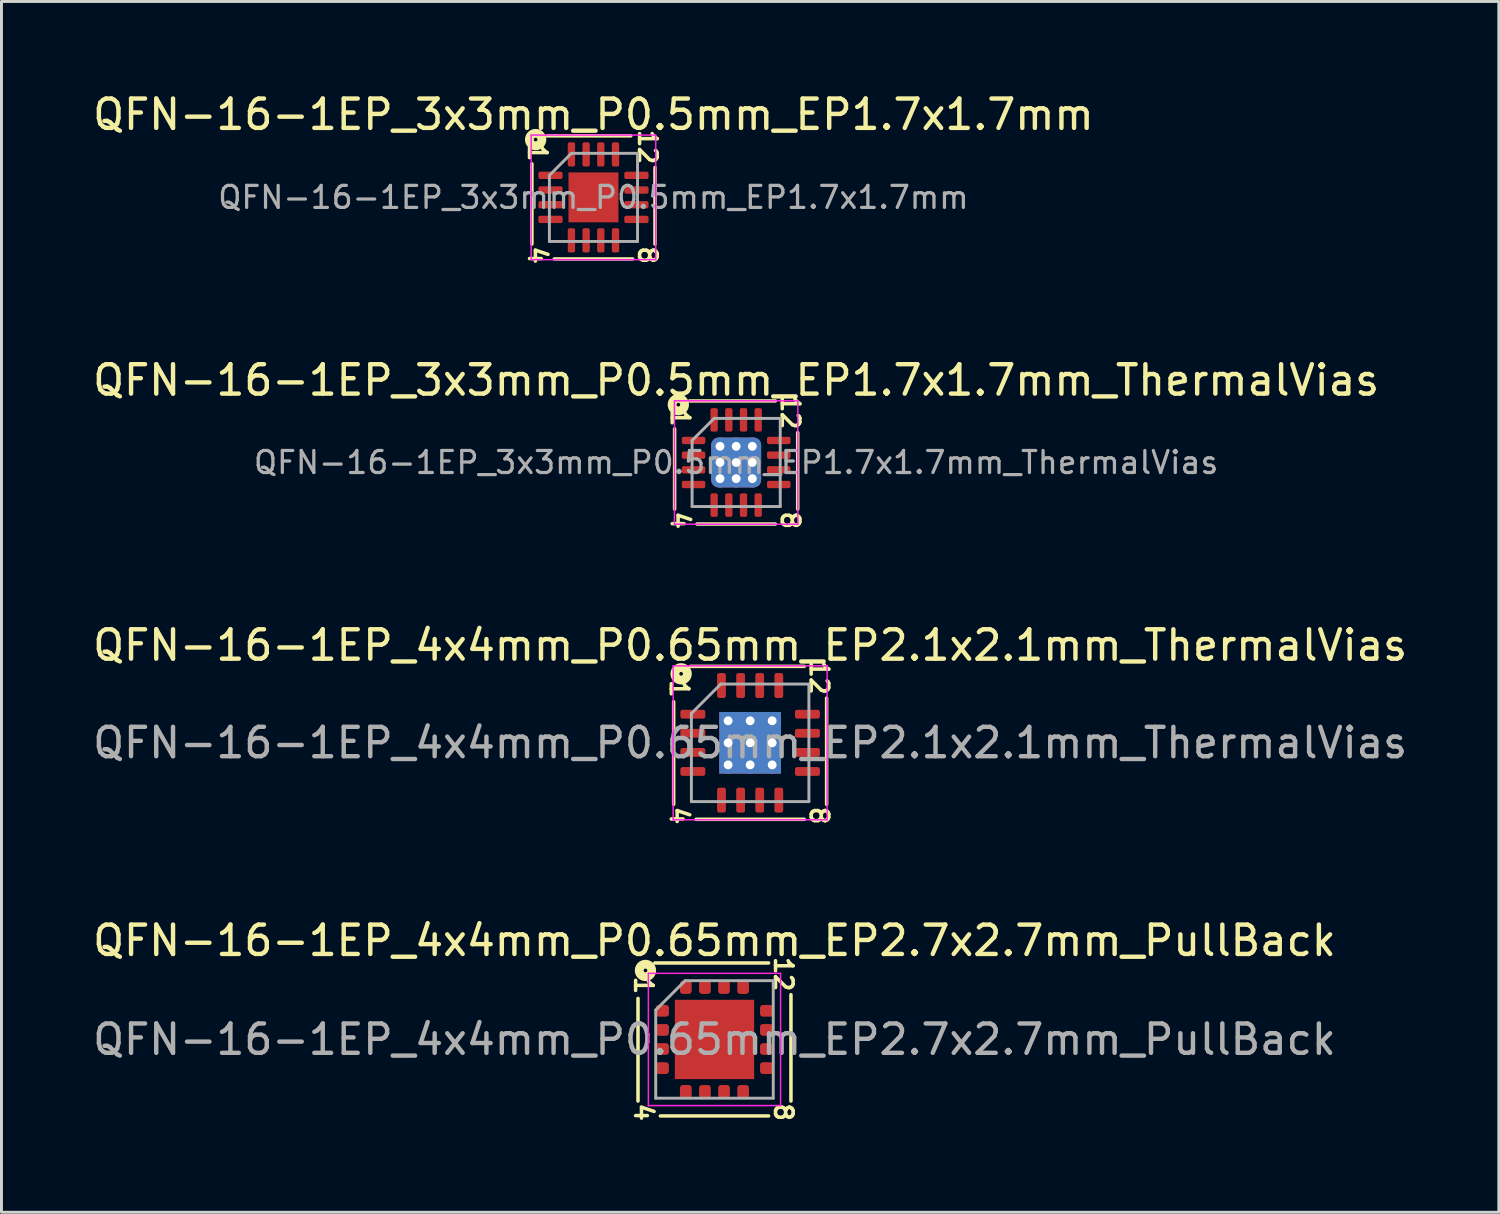
<source format=kicad_pcb>
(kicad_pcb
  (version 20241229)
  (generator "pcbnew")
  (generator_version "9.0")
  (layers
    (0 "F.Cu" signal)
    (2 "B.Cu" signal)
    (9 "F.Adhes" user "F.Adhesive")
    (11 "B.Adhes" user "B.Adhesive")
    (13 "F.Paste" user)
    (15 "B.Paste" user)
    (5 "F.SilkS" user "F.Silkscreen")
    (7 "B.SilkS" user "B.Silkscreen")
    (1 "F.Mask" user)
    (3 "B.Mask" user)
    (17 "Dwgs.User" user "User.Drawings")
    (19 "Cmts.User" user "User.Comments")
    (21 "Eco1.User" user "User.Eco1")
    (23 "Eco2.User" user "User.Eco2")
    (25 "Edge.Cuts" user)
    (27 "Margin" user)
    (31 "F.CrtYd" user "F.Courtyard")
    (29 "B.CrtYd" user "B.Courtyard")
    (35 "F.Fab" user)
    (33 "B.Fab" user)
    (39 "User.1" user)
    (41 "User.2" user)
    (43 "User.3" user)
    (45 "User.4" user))
  (footprint "QFN-16-1EP_3x3mm_P0.5mm_EP1.7x1.7mm_ThermalVias"
    (layer "F.Cu")
    (at 22.006 12.691)
    (property "Reference" "QFN-16-1EP_3x3mm_P0.5mm_EP1.7x1.7mm_ThermalVias" (at 0 -2.8 0) (layer "F.SilkS") (effects (font (size 1 1) (thickness 0.15))))
    (attr smd)
    (fp_line (start -2.095 1.587) (end -2.095 -1.143) (stroke (width 0.12) (type solid)) (layer "F.SilkS"))
    (fp_line (start -1.587 -2.095) (end 1.333 -2.095) (stroke (width 0.12) (type solid)) (layer "F.SilkS"))
    (fp_line (start 1.333 2.095) (end -1.333 2.095) (stroke (width 0.12) (type solid)) (layer "F.SilkS"))
    (fp_line (start 2.095 -1.016) (end 2.095 1.587) (stroke (width 0.12) (type solid)) (layer "F.SilkS"))
    (fp_circle (center -1.968 -1.968) (end -1.905 -1.968) (stroke (width 0.3) (type solid)) (fill no) (layer "F.SilkS"))
    (fp_line (start -2.1 -2.1) (end -2.1 2.1) (stroke (width 0.05) (type solid)) (layer "F.CrtYd"))
    (fp_line (start -2.1 2.1) (end 2.1 2.1) (stroke (width 0.05) (type solid)) (layer "F.CrtYd"))
    (fp_line (start 2.1 -2.1) (end -2.1 -2.1) (stroke (width 0.05) (type solid)) (layer "F.CrtYd"))
    (fp_line (start 2.1 2.1) (end 2.1 -2.1) (stroke (width 0.05) (type solid)) (layer "F.CrtYd"))
    (fp_line (start -1.5 -0.75) (end -0.75 -1.5) (stroke (width 0.1) (type solid)) (layer "F.Fab"))
    (fp_line (start -1.5 1.5) (end -1.5 -0.75) (stroke (width 0.1) (type solid)) (layer "F.Fab"))
    (fp_line (start -0.75 -1.5) (end 1.5 -1.5) (stroke (width 0.1) (type solid)) (layer "F.Fab"))
    (fp_line (start 1.5 -1.5) (end 1.5 1.5) (stroke (width 0.1) (type solid)) (layer "F.Fab"))
    (fp_line (start 1.5 1.5) (end -1.5 1.5) (stroke (width 0.1) (type solid)) (layer "F.Fab"))
    (fp_text user "4" (at -1.905 1.968 270) (unlocked yes) (layer "F.SilkS") (effects (font (size 0.6 0.6) (thickness 0.12))))
    (fp_text user "8" (at 1.841 1.968 270) (unlocked yes) (layer "F.SilkS") (effects (font (size 0.6 0.6) (thickness 0.12))))
    (fp_text user "12" (at 1.841 -1.714 270) (unlocked yes) (layer "F.SilkS") (effects (font (size 0.6 0.6) (thickness 0.12))))
    (fp_text user "1" (at -1.905 -1.524 270) (unlocked yes) (layer "F.SilkS") (effects (font (size 0.6 0.6) (thickness 0.12))))
    (fp_text user "${REFERENCE}" (at 0 0 0) (layer "F.Fab") (effects (font (size 0.75 0.75) (thickness 0.11))))
    (pad "" smd roundrect (at -0.425 -0.425) (size 0.74 0.74) (layers "F.Paste") (roundrect_rratio 0.25))
    (pad "" smd roundrect (at -0.425 0.425) (size 0.74 0.74) (layers "F.Paste") (roundrect_rratio 0.25))
    (pad "" smd roundrect (at 0.425 -0.425) (size 0.74 0.74) (layers "F.Paste") (roundrect_rratio 0.25))
    (pad "" smd roundrect (at 0.425 0.425) (size 0.74 0.74) (layers "F.Paste") (roundrect_rratio 0.25))
    (pad "1" smd roundrect (at -1.45 -0.75) (size 0.8 0.25) (layers "F.Cu" "F.Mask" "F.Paste") (roundrect_rratio 0.25))
    (pad "2" smd roundrect (at -1.45 -0.25) (size 0.8 0.25) (layers "F.Cu" "F.Mask" "F.Paste") (roundrect_rratio 0.25))
    (pad "3" smd roundrect (at -1.45 0.25) (size 0.8 0.25) (layers "F.Cu" "F.Mask" "F.Paste") (roundrect_rratio 0.25))
    (pad "4" smd roundrect (at -1.45 0.75) (size 0.8 0.25) (layers "F.Cu" "F.Mask" "F.Paste") (roundrect_rratio 0.25))
    (pad "5" smd roundrect (at -0.75 1.45) (size 0.25 0.8) (layers "F.Cu" "F.Mask" "F.Paste") (roundrect_rratio 0.25))
    (pad "6" smd roundrect (at -0.25 1.45) (size 0.25 0.8) (layers "F.Cu" "F.Mask" "F.Paste") (roundrect_rratio 0.25))
    (pad "7" smd roundrect (at 0.25 1.45) (size 0.25 0.8) (layers "F.Cu" "F.Mask" "F.Paste") (roundrect_rratio 0.25))
    (pad "8" smd roundrect (at 0.75 1.45) (size 0.25 0.8) (layers "F.Cu" "F.Mask" "F.Paste") (roundrect_rratio 0.25))
    (pad "9" smd roundrect (at 1.45 0.75) (size 0.8 0.25) (layers "F.Cu" "F.Mask" "F.Paste") (roundrect_rratio 0.25))
    (pad "10" smd roundrect (at 1.45 0.25) (size 0.8 0.25) (layers "F.Cu" "F.Mask" "F.Paste") (roundrect_rratio 0.25))
    (pad "11" smd roundrect (at 1.45 -0.25) (size 0.8 0.25) (layers "F.Cu" "F.Mask" "F.Paste") (roundrect_rratio 0.25))
    (pad "12" smd roundrect (at 1.45 -0.75) (size 0.8 0.25) (layers "F.Cu" "F.Mask" "F.Paste") (roundrect_rratio 0.25))
    (pad "13" smd roundrect (at 0.75 -1.45) (size 0.25 0.8) (layers "F.Cu" "F.Mask" "F.Paste") (roundrect_rratio 0.25))
    (pad "14" smd roundrect (at 0.25 -1.45) (size 0.25 0.8) (layers "F.Cu" "F.Mask" "F.Paste") (roundrect_rratio 0.25))
    (pad "15" smd roundrect (at -0.25 -1.45) (size 0.25 0.8) (layers "F.Cu" "F.Mask" "F.Paste") (roundrect_rratio 0.25))
    (pad "16" smd roundrect (at -0.75 -1.45) (size 0.25 0.8) (layers "F.Cu" "F.Mask" "F.Paste") (roundrect_rratio 0.25))
    (pad "17" thru_hole circle (at -0.55 -0.55) (size 0.6 0.6) (drill 0.3) (layers "*.Cu"))
    (pad "17" thru_hole circle (at -0.55 0) (size 0.6 0.6) (drill 0.3) (layers "*.Cu"))
    (pad "17" thru_hole circle (at -0.55 0.55) (size 0.6 0.6) (drill 0.3) (layers "*.Cu"))
    (pad "17" thru_hole circle (at 0 -0.55) (size 0.6 0.6) (drill 0.3) (layers "*.Cu"))
    (pad "17" thru_hole circle (at 0 0) (size 0.6 0.6) (drill 0.3) (layers "*.Cu"))
    (pad "17" smd roundrect (at 0 0) (size 1.7 1.7) (layers "F.Cu" "F.Mask") (roundrect_rratio 0.147))
    (pad "17" smd roundrect (at 0 0) (size 1.7 1.7) (layers "B.Cu" "B.Mask") (roundrect_rratio 0.147))
    (pad "17" thru_hole circle (at 0 0.55) (size 0.6 0.6) (drill 0.3) (layers "*.Cu"))
    (pad "17" thru_hole circle (at 0.55 -0.55) (size 0.6 0.6) (drill 0.3) (layers "*.Cu"))
    (pad "17" thru_hole circle (at 0.55 0) (size 0.6 0.6) (drill 0.3) (layers "*.Cu"))
    (pad "17" thru_hole circle (at 0.55 0.55) (size 0.6 0.6) (drill 0.3) (layers "*.Cu")))
  (footprint "QFN-16-1EP_4x4mm_P0.65mm_EP2.1x2.1mm_ThermalVias"
    (layer "F.Cu")
    (at 22.482 22.233)
    (property "Reference" "QFN-16-1EP_4x4mm_P0.65mm_EP2.1x2.1mm_ThermalVias" (at 0 -3.32 0) (layer "F.SilkS") (effects (font (size 1 1) (thickness 0.15))))
    (attr smd)
    (fp_line (start -2.603 -1.397) (end -2.603 2.095) (stroke (width 0.12) (type solid)) (layer "F.SilkS"))
    (fp_line (start -1.841 2.603) (end 1.841 2.603) (stroke (width 0.12) (type solid)) (layer "F.SilkS"))
    (fp_line (start 1.841 -2.603) (end -2.032 -2.603) (stroke (width 0.12) (type solid)) (layer "F.SilkS"))
    (fp_line (start 2.603 2.095) (end 2.603 -1.524) (stroke (width 0.12) (type solid)) (layer "F.SilkS"))
    (fp_circle (center -2.349 -2.349) (end -2.286 -2.349) (stroke (width 0.3) (type solid)) (fill no) (layer "F.SilkS"))
    (fp_line (start -2.62 -2.62) (end -2.62 2.62) (stroke (width 0.05) (type solid)) (layer "F.CrtYd"))
    (fp_line (start -2.62 2.62) (end 2.62 2.62) (stroke (width 0.05) (type solid)) (layer "F.CrtYd"))
    (fp_line (start 2.62 -2.62) (end -2.62 -2.62) (stroke (width 0.05) (type solid)) (layer "F.CrtYd"))
    (fp_line (start 2.62 2.62) (end 2.62 -2.62) (stroke (width 0.05) (type solid)) (layer "F.CrtYd"))
    (fp_line (start -2 -1) (end -1 -2) (stroke (width 0.1) (type solid)) (layer "F.Fab"))
    (fp_line (start -2 2) (end -2 -1) (stroke (width 0.1) (type solid)) (layer "F.Fab"))
    (fp_line (start -1 -2) (end 2 -2) (stroke (width 0.1) (type solid)) (layer "F.Fab"))
    (fp_line (start 2 -2) (end 2 2) (stroke (width 0.1) (type solid)) (layer "F.Fab"))
    (fp_line (start 2 2) (end -2 2) (stroke (width 0.1) (type solid)) (layer "F.Fab"))
    (fp_text user "4" (at -2.413 2.477 270) (unlocked yes) (layer "F.SilkS") (effects (font (size 0.6 0.6) (thickness 0.12))))
    (fp_text user "1" (at -2.413 -1.841 270) (unlocked yes) (layer "F.SilkS") (effects (font (size 0.6 0.6) (thickness 0.12))))
    (fp_text user "12" (at 2.349 -2.223 270) (unlocked yes) (layer "F.SilkS") (effects (font (size 0.6 0.6) (thickness 0.12))))
    (fp_text user "8" (at 2.349 2.477 270) (unlocked yes) (layer "F.SilkS") (effects (font (size 0.6 0.6) (thickness 0.12))))
    (fp_text user "${REFERENCE}" (at 0 0 0) (layer "F.Fab") (effects (font (size 1 1) (thickness 0.15))))
    (pad "" smd roundrect (at -0.525 -0.525) (size 0.91 0.91) (layers "F.Paste") (roundrect_rratio 0.25))
    (pad "" smd roundrect (at -0.525 0.525) (size 0.91 0.91) (layers "F.Paste") (roundrect_rratio 0.25))
    (pad "" smd roundrect (at 0.525 -0.525) (size 0.91 0.91) (layers "F.Paste") (roundrect_rratio 0.25))
    (pad "" smd roundrect (at 0.525 0.525) (size 0.91 0.91) (layers "F.Paste") (roundrect_rratio 0.25))
    (pad "1" smd roundrect (at -1.95 -0.975) (size 0.85 0.3) (layers "F.Cu" "F.Mask" "F.Paste") (roundrect_rratio 0.25))
    (pad "2" smd roundrect (at -1.95 -0.325) (size 0.85 0.3) (layers "F.Cu" "F.Mask" "F.Paste") (roundrect_rratio 0.25))
    (pad "3" smd roundrect (at -1.95 0.325) (size 0.85 0.3) (layers "F.Cu" "F.Mask" "F.Paste") (roundrect_rratio 0.25))
    (pad "4" smd roundrect (at -1.95 0.975) (size 0.85 0.3) (layers "F.Cu" "F.Mask" "F.Paste") (roundrect_rratio 0.25))
    (pad "5" smd roundrect (at -0.975 1.95) (size 0.3 0.85) (layers "F.Cu" "F.Mask" "F.Paste") (roundrect_rratio 0.25))
    (pad "6" smd roundrect (at -0.325 1.95) (size 0.3 0.85) (layers "F.Cu" "F.Mask" "F.Paste") (roundrect_rratio 0.25))
    (pad "7" smd roundrect (at 0.325 1.95) (size 0.3 0.85) (layers "F.Cu" "F.Mask" "F.Paste") (roundrect_rratio 0.25))
    (pad "8" smd roundrect (at 0.975 1.95) (size 0.3 0.85) (layers "F.Cu" "F.Mask" "F.Paste") (roundrect_rratio 0.25))
    (pad "9" smd roundrect (at 1.95 0.975) (size 0.85 0.3) (layers "F.Cu" "F.Mask" "F.Paste") (roundrect_rratio 0.25))
    (pad "10" smd roundrect (at 1.95 0.325) (size 0.85 0.3) (layers "F.Cu" "F.Mask" "F.Paste") (roundrect_rratio 0.25))
    (pad "11" smd roundrect (at 1.95 -0.325) (size 0.85 0.3) (layers "F.Cu" "F.Mask" "F.Paste") (roundrect_rratio 0.25))
    (pad "12" smd roundrect (at 1.95 -0.975) (size 0.85 0.3) (layers "F.Cu" "F.Mask" "F.Paste") (roundrect_rratio 0.25))
    (pad "13" smd roundrect (at 0.975 -1.95) (size 0.3 0.85) (layers "F.Cu" "F.Mask" "F.Paste") (roundrect_rratio 0.25))
    (pad "14" smd roundrect (at 0.325 -1.95) (size 0.3 0.85) (layers "F.Cu" "F.Mask" "F.Paste") (roundrect_rratio 0.25))
    (pad "15" smd roundrect (at -0.325 -1.95) (size 0.3 0.85) (layers "F.Cu" "F.Mask" "F.Paste") (roundrect_rratio 0.25))
    (pad "16" smd roundrect (at -0.975 -1.95) (size 0.3 0.85) (layers "F.Cu" "F.Mask" "F.Paste") (roundrect_rratio 0.25))
    (pad "17" thru_hole circle (at -0.75 -0.75) (size 0.6 0.6) (drill 0.3) (layers "*.Cu"))
    (pad "17" thru_hole circle (at -0.75 0) (size 0.6 0.6) (drill 0.3) (layers "*.Cu"))
    (pad "17" thru_hole circle (at -0.75 0.75) (size 0.6 0.6) (drill 0.3) (layers "*.Cu"))
    (pad "17" thru_hole circle (at 0 -0.75) (size 0.6 0.6) (drill 0.3) (layers "*.Cu"))
    (pad "17" thru_hole circle (at 0 0) (size 0.6 0.6) (drill 0.3) (layers "*.Cu"))
    (pad "17" smd rect (at 0 0) (size 2.1 2.1) (layers "F.Cu" "F.Mask"))
    (pad "17" smd rect (at 0 0) (size 2.1 2.1) (layers "B.Cu" "B.Mask"))
    (pad "17" thru_hole circle (at 0 0.75) (size 0.6 0.6) (drill 0.3) (layers "*.Cu"))
    (pad "17" thru_hole circle (at 0.75 -0.75) (size 0.6 0.6) (drill 0.3) (layers "*.Cu"))
    (pad "17" thru_hole circle (at 0.75 0) (size 0.6 0.6) (drill 0.3) (layers "*.Cu"))
    (pad "17" thru_hole circle (at 0.75 0.75) (size 0.6 0.6) (drill 0.3) (layers "*.Cu")))
  (footprint "QFN-16-1EP_4x4mm_P0.65mm_EP2.7x2.7mm_PullBack"
    (layer "F.Cu")
    (at 21.268 32.329)
    (property "Reference" "QFN-16-1EP_4x4mm_P0.65mm_EP2.7x2.7mm_PullBack" (at 0 -3.365 0) (layer "F.SilkS") (effects (font (size 1 1) (thickness 0.15))))
    (attr smd)
    (fp_line (start -2.603 -1.397) (end -2.603 2.095) (stroke (width 0.12) (type solid)) (layer "F.SilkS"))
    (fp_line (start -1.841 2.603) (end 1.841 2.603) (stroke (width 0.12) (type solid)) (layer "F.SilkS"))
    (fp_line (start 1.841 -2.603) (end -2.032 -2.603) (stroke (width 0.12) (type solid)) (layer "F.SilkS"))
    (fp_line (start 2.603 2.095) (end 2.603 -1.524) (stroke (width 0.12) (type solid)) (layer "F.SilkS"))
    (fp_circle (center -2.349 -2.349) (end -2.286 -2.349) (stroke (width 0.3) (type solid)) (fill no) (layer "F.SilkS"))
    (fp_line (start -2.25 -2.25) (end -2.25 2.25) (stroke (width 0.05) (type solid)) (layer "F.CrtYd"))
    (fp_line (start -2.25 2.25) (end 2.25 2.25) (stroke (width 0.05) (type solid)) (layer "F.CrtYd"))
    (fp_line (start 2.25 -2.25) (end -2.25 -2.25) (stroke (width 0.05) (type solid)) (layer "F.CrtYd"))
    (fp_line (start 2.25 2.25) (end 2.25 -2.25) (stroke (width 0.05) (type solid)) (layer "F.CrtYd"))
    (fp_line (start -2 -1) (end -1 -2) (stroke (width 0.1) (type solid)) (layer "F.Fab"))
    (fp_line (start -2 2) (end -2 -1) (stroke (width 0.1) (type solid)) (layer "F.Fab"))
    (fp_line (start -1 -2) (end 2 -2) (stroke (width 0.1) (type solid)) (layer "F.Fab"))
    (fp_line (start 2 -2) (end 2 2) (stroke (width 0.1) (type solid)) (layer "F.Fab"))
    (fp_line (start 2 2) (end -2 2) (stroke (width 0.1) (type solid)) (layer "F.Fab"))
    (fp_text user "1" (at -2.413 -1.841 270) (unlocked yes) (layer "F.SilkS") (effects (font (size 0.6 0.6) (thickness 0.12))))
    (fp_text user "4" (at -2.413 2.477 270) (unlocked yes) (layer "F.SilkS") (effects (font (size 0.6 0.6) (thickness 0.12))))
    (fp_text user "8" (at 2.349 2.477 270) (unlocked yes) (layer "F.SilkS") (effects (font (size 0.6 0.6) (thickness 0.12))))
    (fp_text user "12" (at 2.349 -2.223 270) (unlocked yes) (layer "F.SilkS") (effects (font (size 0.6 0.6) (thickness 0.12))))
    (fp_text user "${REFERENCE}" (at 0 0 0) (layer "F.Fab") (effects (font (size 1 1) (thickness 0.15))))
    (pad "" smd roundrect (at -0.675 -0.675) (size 1.09 1.09) (layers "F.Paste") (roundrect_rratio 0.229))
    (pad "" smd roundrect (at -0.675 0.675) (size 1.09 1.09) (layers "F.Paste") (roundrect_rratio 0.229))
    (pad "" smd roundrect (at 0.675 -0.675) (size 1.09 1.09) (layers "F.Paste") (roundrect_rratio 0.229))
    (pad "" smd roundrect (at 0.675 0.675) (size 1.09 1.09) (layers "F.Paste") (roundrect_rratio 0.229))
    (pad "1" smd roundrect (at -1.775 -0.975) (size 0.45 0.4) (layers "F.Cu" "F.Mask" "F.Paste") (roundrect_rratio 0.25))
    (pad "2" smd roundrect (at -1.775 -0.325) (size 0.45 0.4) (layers "F.Cu" "F.Mask" "F.Paste") (roundrect_rratio 0.25))
    (pad "3" smd roundrect (at -1.775 0.325) (size 0.45 0.4) (layers "F.Cu" "F.Mask" "F.Paste") (roundrect_rratio 0.25))
    (pad "4" smd roundrect (at -1.775 0.975) (size 0.45 0.4) (layers "F.Cu" "F.Mask" "F.Paste") (roundrect_rratio 0.25))
    (pad "5" smd roundrect (at -0.975 1.775) (size 0.4 0.45) (layers "F.Cu" "F.Mask" "F.Paste") (roundrect_rratio 0.25))
    (pad "6" smd roundrect (at -0.325 1.775) (size 0.4 0.45) (layers "F.Cu" "F.Mask" "F.Paste") (roundrect_rratio 0.25))
    (pad "7" smd roundrect (at 0.325 1.775) (size 0.4 0.45) (layers "F.Cu" "F.Mask" "F.Paste") (roundrect_rratio 0.25))
    (pad "8" smd roundrect (at 0.975 1.775) (size 0.4 0.45) (layers "F.Cu" "F.Mask" "F.Paste") (roundrect_rratio 0.25))
    (pad "9" smd roundrect (at 1.775 0.975) (size 0.45 0.4) (layers "F.Cu" "F.Mask" "F.Paste") (roundrect_rratio 0.25))
    (pad "10" smd roundrect (at 1.775 0.325) (size 0.45 0.4) (layers "F.Cu" "F.Mask" "F.Paste") (roundrect_rratio 0.25))
    (pad "11" smd roundrect (at 1.775 -0.325) (size 0.45 0.4) (layers "F.Cu" "F.Mask" "F.Paste") (roundrect_rratio 0.25))
    (pad "12" smd roundrect (at 1.775 -0.975) (size 0.45 0.4) (layers "F.Cu" "F.Mask" "F.Paste") (roundrect_rratio 0.25))
    (pad "13" smd roundrect (at 0.975 -1.775) (size 0.4 0.45) (layers "F.Cu" "F.Mask" "F.Paste") (roundrect_rratio 0.25))
    (pad "14" smd roundrect (at 0.325 -1.775) (size 0.4 0.45) (layers "F.Cu" "F.Mask" "F.Paste") (roundrect_rratio 0.25))
    (pad "15" smd roundrect (at -0.325 -1.775) (size 0.4 0.45) (layers "F.Cu" "F.Mask" "F.Paste") (roundrect_rratio 0.25))
    (pad "16" smd roundrect (at -0.975 -1.775) (size 0.4 0.45) (layers "F.Cu" "F.Mask" "F.Paste") (roundrect_rratio 0.25))
    (pad "17" smd rect (at 0 0) (size 2.7 2.7) (layers "F.Cu" "F.Mask")))
  (footprint "QFN-16-1EP_3x3mm_P0.5mm_EP1.7x1.7mm"
    (layer "F.Cu")
    (at 17.149 3.668)
    (property "Reference" "QFN-16-1EP_3x3mm_P0.5mm_EP1.7x1.7mm" (at 0 -2.82 0) (layer "F.SilkS") (effects (font (size 1 1) (thickness 0.15))))
    (attr smd)
    (fp_line (start -2.095 1.587) (end -2.095 -1.143) (stroke (width 0.12) (type solid)) (layer "F.SilkS"))
    (fp_line (start -1.587 -2.095) (end 1.27 -2.095) (stroke (width 0.12) (type solid)) (layer "F.SilkS"))
    (fp_line (start 1.333 2.095) (end -1.333 2.095) (stroke (width 0.12) (type solid)) (layer "F.SilkS"))
    (fp_line (start 2.095 -1.016) (end 2.095 1.587) (stroke (width 0.12) (type solid)) (layer "F.SilkS"))
    (fp_circle (center -1.968 -1.968) (end -1.905 -1.968) (stroke (width 0.3) (type solid)) (fill no) (layer "F.SilkS"))
    (fp_line (start -2.12 -2.12) (end -2.12 2.12) (stroke (width 0.05) (type solid)) (layer "F.CrtYd"))
    (fp_line (start -2.12 2.12) (end 2.12 2.12) (stroke (width 0.05) (type solid)) (layer "F.CrtYd"))
    (fp_line (start 2.12 -2.12) (end -2.12 -2.12) (stroke (width 0.05) (type solid)) (layer "F.CrtYd"))
    (fp_line (start 2.12 2.12) (end 2.12 -2.12) (stroke (width 0.05) (type solid)) (layer "F.CrtYd"))
    (fp_line (start -1.5 -0.75) (end -0.75 -1.5) (stroke (width 0.1) (type solid)) (layer "F.Fab"))
    (fp_line (start -1.5 1.5) (end -1.5 -0.75) (stroke (width 0.1) (type solid)) (layer "F.Fab"))
    (fp_line (start -0.75 -1.5) (end 1.5 -1.5) (stroke (width 0.1) (type solid)) (layer "F.Fab"))
    (fp_line (start 1.5 -1.5) (end 1.5 1.5) (stroke (width 0.1) (type solid)) (layer "F.Fab"))
    (fp_line (start 1.5 1.5) (end -1.5 1.5) (stroke (width 0.1) (type solid)) (layer "F.Fab"))
    (fp_text user "12" (at 1.841 -1.714 270) (unlocked yes) (layer "F.SilkS") (effects (font (size 0.6 0.6) (thickness 0.12))))
    (fp_text user "4" (at -1.905 1.968 270) (unlocked yes) (layer "F.SilkS") (effects (font (size 0.6 0.6) (thickness 0.12))))
    (fp_text user "8" (at 1.841 1.968 270) (unlocked yes) (layer "F.SilkS") (effects (font (size 0.6 0.6) (thickness 0.12))))
    (fp_text user "1" (at -1.905 -1.524 270) (unlocked yes) (layer "F.SilkS") (effects (font (size 0.6 0.6) (thickness 0.12))))
    (fp_text user "${REFERENCE}" (at 0 0 0) (layer "F.Fab") (effects (font (size 0.75 0.75) (thickness 0.11))))
    (pad "" smd roundrect (at -0.425 -0.425) (size 0.69 0.69) (layers "F.Paste") (roundrect_rratio 0.25))
    (pad "" smd roundrect (at -0.425 0.425) (size 0.69 0.69) (layers "F.Paste") (roundrect_rratio 0.25))
    (pad "" smd roundrect (at 0.425 -0.425) (size 0.69 0.69) (layers "F.Paste") (roundrect_rratio 0.25))
    (pad "" smd roundrect (at 0.425 0.425) (size 0.69 0.69) (layers "F.Paste") (roundrect_rratio 0.25))
    (pad "1" smd roundrect (at -1.462 -0.75) (size 0.825 0.25) (layers "F.Cu" "F.Mask" "F.Paste") (roundrect_rratio 0.25))
    (pad "2" smd roundrect (at -1.462 -0.25) (size 0.825 0.25) (layers "F.Cu" "F.Mask" "F.Paste") (roundrect_rratio 0.25))
    (pad "3" smd roundrect (at -1.462 0.25) (size 0.825 0.25) (layers "F.Cu" "F.Mask" "F.Paste") (roundrect_rratio 0.25))
    (pad "4" smd roundrect (at -1.462 0.75) (size 0.825 0.25) (layers "F.Cu" "F.Mask" "F.Paste") (roundrect_rratio 0.25))
    (pad "5" smd roundrect (at -0.75 1.462) (size 0.25 0.825) (layers "F.Cu" "F.Mask" "F.Paste") (roundrect_rratio 0.25))
    (pad "6" smd roundrect (at -0.25 1.462) (size 0.25 0.825) (layers "F.Cu" "F.Mask" "F.Paste") (roundrect_rratio 0.25))
    (pad "7" smd roundrect (at 0.25 1.462) (size 0.25 0.825) (layers "F.Cu" "F.Mask" "F.Paste") (roundrect_rratio 0.25))
    (pad "8" smd roundrect (at 0.75 1.462) (size 0.25 0.825) (layers "F.Cu" "F.Mask" "F.Paste") (roundrect_rratio 0.25))
    (pad "9" smd roundrect (at 1.462 0.75) (size 0.825 0.25) (layers "F.Cu" "F.Mask" "F.Paste") (roundrect_rratio 0.25))
    (pad "10" smd roundrect (at 1.462 0.25) (size 0.825 0.25) (layers "F.Cu" "F.Mask" "F.Paste") (roundrect_rratio 0.25))
    (pad "11" smd roundrect (at 1.462 -0.25) (size 0.825 0.25) (layers "F.Cu" "F.Mask" "F.Paste") (roundrect_rratio 0.25))
    (pad "12" smd roundrect (at 1.462 -0.75) (size 0.825 0.25) (layers "F.Cu" "F.Mask" "F.Paste") (roundrect_rratio 0.25))
    (pad "13" smd roundrect (at 0.75 -1.462) (size 0.25 0.825) (layers "F.Cu" "F.Mask" "F.Paste") (roundrect_rratio 0.25))
    (pad "14" smd roundrect (at 0.25 -1.462) (size 0.25 0.825) (layers "F.Cu" "F.Mask" "F.Paste") (roundrect_rratio 0.25))
    (pad "15" smd roundrect (at -0.25 -1.462) (size 0.25 0.825) (layers "F.Cu" "F.Mask" "F.Paste") (roundrect_rratio 0.25))
    (pad "16" smd roundrect (at -0.75 -1.462) (size 0.25 0.825) (layers "F.Cu" "F.Mask" "F.Paste") (roundrect_rratio 0.25))
    (pad "17" smd rect (at 0 0) (size 1.7 1.7) (layers "F.Cu" "F.Mask")))
  (gr_rect
    (start -3 -3)
    (end 47.964 38.211)
    (stroke (width 0.1) (type default))
    (fill no)
    (layer "Edge.Cuts")))
</source>
